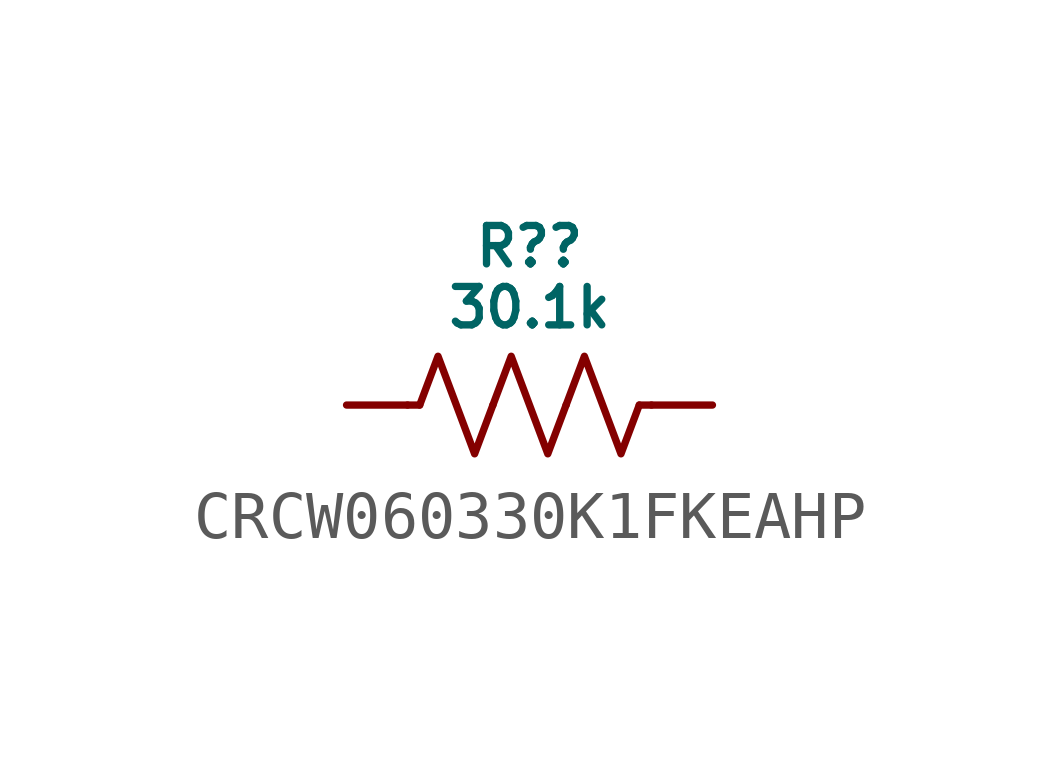
<source format=kicad_sym>
(kicad_symbol_lib
  (version 20231120)
  (generator "kicad_symbol_editor")
  (generator_version "8.0")
  (symbol "CRCW060330K1FKEAHP"
    (pin_numbers hide)
    (pin_names hide)
    (property "Reference" "R?"
      (at 0 3.302 0)
      (do_not_autoplace)
      (effects (font (size 0.8 0.8))))
    (property "Value" "30.1k"
      (at 0 2.032 0)
      (do_not_autoplace)
      (effects (font (size 0.8 0.8))))
    (symbol "CRCW060330K1FKEAHP_0_1"
      (polyline (pts (xy -2.286 0) (xy -2.54 0)) (stroke (width 0) (type default)) (fill (type none)))
      (polyline (pts (xy 2.286 0) (xy 2.54 0)) (stroke (width 0) (type default)) (fill (type none)))
      (polyline (pts (xy -2.286 0) (xy -1.905 1.016) (xy -1.524 0) (xy -1.143 -1.016) (xy -0.762 0)) (stroke (width 0) (type default)) (fill (type none)))
      (polyline (pts (xy -0.762 0) (xy -0.381 1.016) (xy 0 0) (xy 0.381 -1.016) (xy 0.762 0)) (stroke (width 0) (type default)) (fill (type none)))
      (polyline (pts (xy 0.762 0) (xy 1.143 1.016) (xy 1.524 0) (xy 1.905 -1.016) (xy 2.286 0)) (stroke (width 0) (type default)) (fill (type none))))
    (symbol "CRCW060330K1FKEAHP_1_0"
      (pin passive line (at -3.81 0 0) (length 1.27) (name "" (effects (font (size 0.8 0.8)))) (number "1" (effects (font (size 0.8 0.8)))))
      (pin passive line (at 3.81 0 180) (length 1.27) (name "" (effects (font (size 0.8 0.8)))) (number "2" (effects (font (size 0.8 0.8))))))))
</source>
